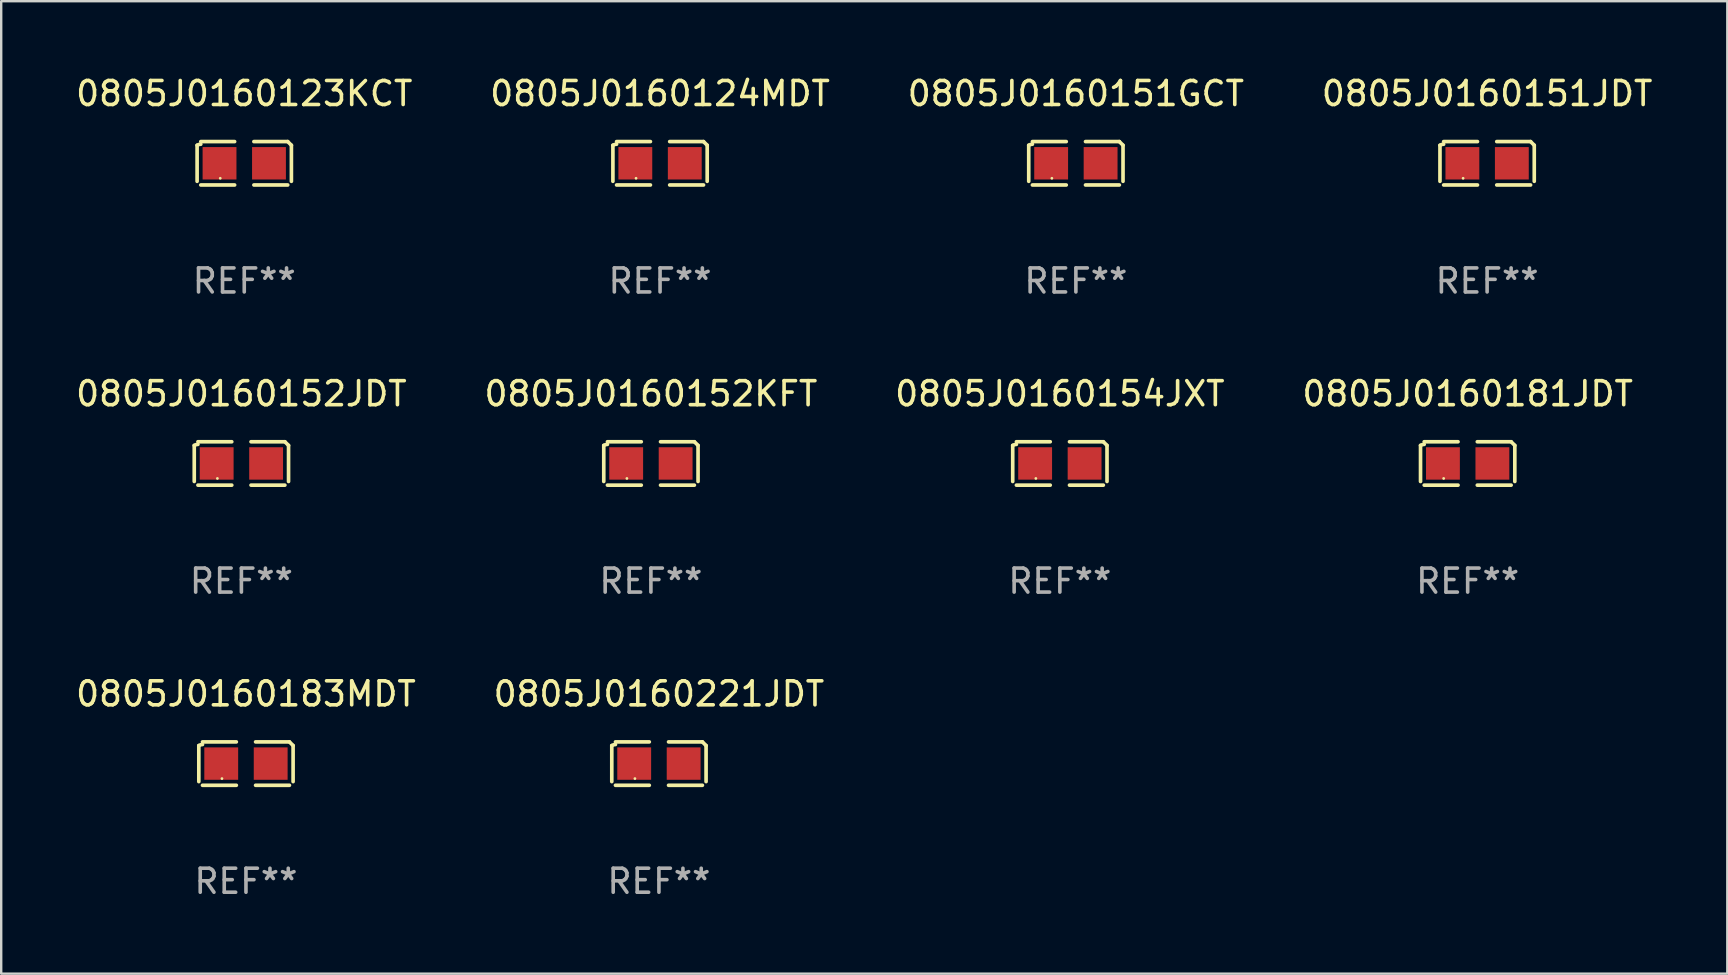
<source format=kicad_pcb>
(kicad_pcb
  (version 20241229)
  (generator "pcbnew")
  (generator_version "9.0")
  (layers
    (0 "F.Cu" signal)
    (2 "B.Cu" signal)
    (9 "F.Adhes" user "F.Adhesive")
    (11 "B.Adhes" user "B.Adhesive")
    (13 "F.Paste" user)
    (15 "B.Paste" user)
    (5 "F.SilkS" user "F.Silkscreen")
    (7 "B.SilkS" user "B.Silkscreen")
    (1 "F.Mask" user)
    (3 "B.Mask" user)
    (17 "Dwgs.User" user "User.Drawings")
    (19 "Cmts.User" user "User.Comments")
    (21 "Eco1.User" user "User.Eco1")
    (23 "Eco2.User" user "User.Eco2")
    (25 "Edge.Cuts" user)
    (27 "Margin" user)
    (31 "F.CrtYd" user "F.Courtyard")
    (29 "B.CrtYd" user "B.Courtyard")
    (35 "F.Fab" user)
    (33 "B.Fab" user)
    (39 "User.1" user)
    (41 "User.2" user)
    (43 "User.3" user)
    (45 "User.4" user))
  (footprint "0805J0160151GCT"
    (layer "F.Cu")
    (at 41.768 3.752)
    (property "Reference" "0805J0160151GCT" (at 0 -2.904 0) (layer "F.SilkS") (effects (font (size 1 1) (thickness 0.15))))
    (attr through_hole)
    (fp_line (start -1.964 0.751) (end -1.964 -0.751) (stroke (width 0.152) (type solid)) (layer "F.SilkS"))
    (fp_line (start -1.811 -0.904) (end -0.401 -0.904) (stroke (width 0.152) (type solid)) (layer "F.SilkS"))
    (fp_line (start -0.401 0.904) (end -1.811 0.904) (stroke (width 0.152) (type solid)) (layer "F.SilkS"))
    (fp_line (start 0.401 0.904) (end 1.811 0.904) (stroke (width 0.152) (type solid)) (layer "F.SilkS"))
    (fp_line (start 1.811 -0.904) (end 0.401 -0.904) (stroke (width 0.152) (type solid)) (layer "F.SilkS"))
    (fp_line (start 1.964 0.751) (end 1.964 -0.751) (stroke (width 0.152) (type solid)) (layer "F.SilkS"))
    (fp_arc (start -1.963602 -0.751207) (mid -1.890354 -0.783131) (end -1.811201 -0.794044) (stroke (width 0.1524) (type solid)) (layer "F.SilkS"))
    (fp_arc (start 1.811202 -0.903607) (mid 1.887413 -0.827418) (end 1.963602 -0.751207) (stroke (width 0.1524) (type solid)) (layer "F.SilkS"))
    (fp_circle (center -1 0.625) (end -0.97 0.625) (stroke (width 0.06) (type solid)) (fill no) (layer "F.SilkS"))
    (fp_text user "REF**" (at 0 4.904 0) (layer "F.Fab") (effects (font (size 1 1) (thickness 0.15))))
    (pad "1" smd rect (at -1.03 0) (size 1.41 1.35) (layers "F.Cu" "F.Mask" "F.Paste"))
    (pad "2" smd rect (at 1.03 0) (size 1.41 1.35) (layers "F.Cu" "F.Mask" "F.Paste")))
  (footprint "0805J0160152KFT"
    (layer "F.Cu")
    (at 24.065 16.256)
    (property "Reference" "0805J0160152KFT" (at 0 -2.904 0) (layer "F.SilkS") (effects (font (size 1 1) (thickness 0.15))))
    (attr through_hole)
    (fp_line (start -1.964 0.751) (end -1.964 -0.751) (stroke (width 0.152) (type solid)) (layer "F.SilkS"))
    (fp_line (start -1.811 -0.904) (end -0.401 -0.904) (stroke (width 0.152) (type solid)) (layer "F.SilkS"))
    (fp_line (start -0.401 0.904) (end -1.811 0.904) (stroke (width 0.152) (type solid)) (layer "F.SilkS"))
    (fp_line (start 0.401 0.904) (end 1.811 0.904) (stroke (width 0.152) (type solid)) (layer "F.SilkS"))
    (fp_line (start 1.811 -0.904) (end 0.401 -0.904) (stroke (width 0.152) (type solid)) (layer "F.SilkS"))
    (fp_line (start 1.964 0.751) (end 1.964 -0.751) (stroke (width 0.152) (type solid)) (layer "F.SilkS"))
    (fp_arc (start -1.963602 -0.751207) (mid -1.890354 -0.783131) (end -1.811201 -0.794044) (stroke (width 0.1524) (type solid)) (layer "F.SilkS"))
    (fp_arc (start 1.811202 -0.903607) (mid 1.887413 -0.827418) (end 1.963602 -0.751207) (stroke (width 0.1524) (type solid)) (layer "F.SilkS"))
    (fp_circle (center -1 0.625) (end -0.97 0.625) (stroke (width 0.06) (type solid)) (fill no) (layer "F.SilkS"))
    (fp_text user "REF**" (at 0 4.904 0) (layer "F.Fab") (effects (font (size 1 1) (thickness 0.15))))
    (pad "1" smd rect (at -1.03 0) (size 1.41 1.35) (layers "F.Cu" "F.Mask" "F.Paste"))
    (pad "2" smd rect (at 1.03 0) (size 1.41 1.35) (layers "F.Cu" "F.Mask" "F.Paste")))
  (footprint "0805J0160221JDT"
    (layer "F.Cu")
    (at 24.399 28.759)
    (property "Reference" "0805J0160221JDT" (at 0 -2.904 0) (layer "F.SilkS") (effects (font (size 1 1) (thickness 0.15))))
    (attr through_hole)
    (fp_line (start -1.964 0.751) (end -1.964 -0.751) (stroke (width 0.152) (type solid)) (layer "F.SilkS"))
    (fp_line (start -1.811 -0.904) (end -0.401 -0.904) (stroke (width 0.152) (type solid)) (layer "F.SilkS"))
    (fp_line (start -0.401 0.904) (end -1.811 0.904) (stroke (width 0.152) (type solid)) (layer "F.SilkS"))
    (fp_line (start 0.401 0.904) (end 1.811 0.904) (stroke (width 0.152) (type solid)) (layer "F.SilkS"))
    (fp_line (start 1.811 -0.904) (end 0.401 -0.904) (stroke (width 0.152) (type solid)) (layer "F.SilkS"))
    (fp_line (start 1.964 0.751) (end 1.964 -0.751) (stroke (width 0.152) (type solid)) (layer "F.SilkS"))
    (fp_arc (start -1.963602 -0.751207) (mid -1.890354 -0.783131) (end -1.811201 -0.794044) (stroke (width 0.1524) (type solid)) (layer "F.SilkS"))
    (fp_arc (start 1.811202 -0.903607) (mid 1.887413 -0.827418) (end 1.963602 -0.751207) (stroke (width 0.1524) (type solid)) (layer "F.SilkS"))
    (fp_circle (center -1 0.625) (end -0.97 0.625) (stroke (width 0.06) (type solid)) (fill no) (layer "F.SilkS"))
    (fp_text user "REF**" (at 0 4.904 0) (layer "F.Fab") (effects (font (size 1 1) (thickness 0.15))))
    (pad "1" smd rect (at -1.03 0) (size 1.41 1.35) (layers "F.Cu" "F.Mask" "F.Paste"))
    (pad "2" smd rect (at 1.03 0) (size 1.41 1.35) (layers "F.Cu" "F.Mask" "F.Paste")))
  (footprint "0805J0160154JXT"
    (layer "F.Cu")
    (at 41.101 16.256)
    (property "Reference" "0805J0160154JXT" (at 0 -2.904 0) (layer "F.SilkS") (effects (font (size 1 1) (thickness 0.15))))
    (attr through_hole)
    (fp_line (start -1.964 0.751) (end -1.964 -0.751) (stroke (width 0.152) (type solid)) (layer "F.SilkS"))
    (fp_line (start -1.811 -0.904) (end -0.401 -0.904) (stroke (width 0.152) (type solid)) (layer "F.SilkS"))
    (fp_line (start -0.401 0.904) (end -1.811 0.904) (stroke (width 0.152) (type solid)) (layer "F.SilkS"))
    (fp_line (start 0.401 0.904) (end 1.811 0.904) (stroke (width 0.152) (type solid)) (layer "F.SilkS"))
    (fp_line (start 1.811 -0.904) (end 0.401 -0.904) (stroke (width 0.152) (type solid)) (layer "F.SilkS"))
    (fp_line (start 1.964 0.751) (end 1.964 -0.751) (stroke (width 0.152) (type solid)) (layer "F.SilkS"))
    (fp_arc (start -1.963602 -0.751207) (mid -1.890354 -0.783131) (end -1.811201 -0.794044) (stroke (width 0.1524) (type solid)) (layer "F.SilkS"))
    (fp_arc (start 1.811202 -0.903607) (mid 1.887413 -0.827418) (end 1.963602 -0.751207) (stroke (width 0.1524) (type solid)) (layer "F.SilkS"))
    (fp_circle (center -1 0.625) (end -0.97 0.625) (stroke (width 0.06) (type solid)) (fill no) (layer "F.SilkS"))
    (fp_text user "REF**" (at 0 4.904 0) (layer "F.Fab") (effects (font (size 1 1) (thickness 0.15))))
    (pad "1" smd rect (at -1.03 0) (size 1.41 1.35) (layers "F.Cu" "F.Mask" "F.Paste"))
    (pad "2" smd rect (at 1.03 0) (size 1.41 1.35) (layers "F.Cu" "F.Mask" "F.Paste")))
  (footprint "0805J0160124MDT"
    (layer "F.Cu")
    (at 24.446 3.752)
    (property "Reference" "0805J0160124MDT" (at 0 -2.904 0) (layer "F.SilkS") (effects (font (size 1 1) (thickness 0.15))))
    (attr through_hole)
    (fp_line (start -1.964 0.751) (end -1.964 -0.751) (stroke (width 0.152) (type solid)) (layer "F.SilkS"))
    (fp_line (start -1.811 -0.904) (end -0.401 -0.904) (stroke (width 0.152) (type solid)) (layer "F.SilkS"))
    (fp_line (start -0.401 0.904) (end -1.811 0.904) (stroke (width 0.152) (type solid)) (layer "F.SilkS"))
    (fp_line (start 0.401 0.904) (end 1.811 0.904) (stroke (width 0.152) (type solid)) (layer "F.SilkS"))
    (fp_line (start 1.811 -0.904) (end 0.401 -0.904) (stroke (width 0.152) (type solid)) (layer "F.SilkS"))
    (fp_line (start 1.964 0.751) (end 1.964 -0.751) (stroke (width 0.152) (type solid)) (layer "F.SilkS"))
    (fp_arc (start -1.963602 -0.751207) (mid -1.890354 -0.783131) (end -1.811201 -0.794044) (stroke (width 0.1524) (type solid)) (layer "F.SilkS"))
    (fp_arc (start 1.811202 -0.903607) (mid 1.887413 -0.827418) (end 1.963602 -0.751207) (stroke (width 0.1524) (type solid)) (layer "F.SilkS"))
    (fp_circle (center -1 0.625) (end -0.97 0.625) (stroke (width 0.06) (type solid)) (fill no) (layer "F.SilkS"))
    (fp_text user "REF**" (at 0 4.904 0) (layer "F.Fab") (effects (font (size 1 1) (thickness 0.15))))
    (pad "1" smd rect (at -1.03 0) (size 1.41 1.35) (layers "F.Cu" "F.Mask" "F.Paste"))
    (pad "2" smd rect (at 1.03 0) (size 1.41 1.35) (layers "F.Cu" "F.Mask" "F.Paste")))
  (footprint "0805J0160151JDT"
    (layer "F.Cu")
    (at 58.899 3.752)
    (property "Reference" "0805J0160151JDT" (at 0 -2.904 0) (layer "F.SilkS") (effects (font (size 1 1) (thickness 0.15))))
    (attr through_hole)
    (fp_line (start -1.964 0.751) (end -1.964 -0.751) (stroke (width 0.152) (type solid)) (layer "F.SilkS"))
    (fp_line (start -1.811 -0.904) (end -0.401 -0.904) (stroke (width 0.152) (type solid)) (layer "F.SilkS"))
    (fp_line (start -0.401 0.904) (end -1.811 0.904) (stroke (width 0.152) (type solid)) (layer "F.SilkS"))
    (fp_line (start 0.401 0.904) (end 1.811 0.904) (stroke (width 0.152) (type solid)) (layer "F.SilkS"))
    (fp_line (start 1.811 -0.904) (end 0.401 -0.904) (stroke (width 0.152) (type solid)) (layer "F.SilkS"))
    (fp_line (start 1.964 0.751) (end 1.964 -0.751) (stroke (width 0.152) (type solid)) (layer "F.SilkS"))
    (fp_arc (start -1.963602 -0.751207) (mid -1.890354 -0.783131) (end -1.811201 -0.794044) (stroke (width 0.1524) (type solid)) (layer "F.SilkS"))
    (fp_arc (start 1.811202 -0.903607) (mid 1.887413 -0.827418) (end 1.963602 -0.751207) (stroke (width 0.1524) (type solid)) (layer "F.SilkS"))
    (fp_circle (center -1 0.625) (end -0.97 0.625) (stroke (width 0.06) (type solid)) (fill no) (layer "F.SilkS"))
    (fp_text user "REF**" (at 0 4.904 0) (layer "F.Fab") (effects (font (size 1 1) (thickness 0.15))))
    (pad "1" smd rect (at -1.03 0) (size 1.41 1.35) (layers "F.Cu" "F.Mask" "F.Paste"))
    (pad "2" smd rect (at 1.03 0) (size 1.41 1.35) (layers "F.Cu" "F.Mask" "F.Paste")))
  (footprint "0805J0160152JDT"
    (layer "F.Cu")
    (at 7.006 16.256)
    (property "Reference" "0805J0160152JDT" (at 0 -2.904 0) (layer "F.SilkS") (effects (font (size 1 1) (thickness 0.15))))
    (attr through_hole)
    (fp_line (start -1.964 0.751) (end -1.964 -0.751) (stroke (width 0.152) (type solid)) (layer "F.SilkS"))
    (fp_line (start -1.811 -0.904) (end -0.401 -0.904) (stroke (width 0.152) (type solid)) (layer "F.SilkS"))
    (fp_line (start -0.401 0.904) (end -1.811 0.904) (stroke (width 0.152) (type solid)) (layer "F.SilkS"))
    (fp_line (start 0.401 0.904) (end 1.811 0.904) (stroke (width 0.152) (type solid)) (layer "F.SilkS"))
    (fp_line (start 1.811 -0.904) (end 0.401 -0.904) (stroke (width 0.152) (type solid)) (layer "F.SilkS"))
    (fp_line (start 1.964 0.751) (end 1.964 -0.751) (stroke (width 0.152) (type solid)) (layer "F.SilkS"))
    (fp_arc (start -1.963602 -0.751207) (mid -1.890354 -0.783131) (end -1.811201 -0.794044) (stroke (width 0.1524) (type solid)) (layer "F.SilkS"))
    (fp_arc (start 1.811202 -0.903607) (mid 1.887413 -0.827418) (end 1.963602 -0.751207) (stroke (width 0.1524) (type solid)) (layer "F.SilkS"))
    (fp_circle (center -1 0.625) (end -0.97 0.625) (stroke (width 0.06) (type solid)) (fill no) (layer "F.SilkS"))
    (fp_text user "REF**" (at 0 4.904 0) (layer "F.Fab") (effects (font (size 1 1) (thickness 0.15))))
    (pad "1" smd rect (at -1.03 0) (size 1.41 1.35) (layers "F.Cu" "F.Mask" "F.Paste"))
    (pad "2" smd rect (at 1.03 0) (size 1.41 1.35) (layers "F.Cu" "F.Mask" "F.Paste")))
  (footprint "0805J0160181JDT"
    (layer "F.Cu")
    (at 58.089 16.256)
    (property "Reference" "0805J0160181JDT" (at 0 -2.904 0) (layer "F.SilkS") (effects (font (size 1 1) (thickness 0.15))))
    (attr through_hole)
    (fp_line (start -1.964 0.751) (end -1.964 -0.751) (stroke (width 0.152) (type solid)) (layer "F.SilkS"))
    (fp_line (start -1.811 -0.904) (end -0.401 -0.904) (stroke (width 0.152) (type solid)) (layer "F.SilkS"))
    (fp_line (start -0.401 0.904) (end -1.811 0.904) (stroke (width 0.152) (type solid)) (layer "F.SilkS"))
    (fp_line (start 0.401 0.904) (end 1.811 0.904) (stroke (width 0.152) (type solid)) (layer "F.SilkS"))
    (fp_line (start 1.811 -0.904) (end 0.401 -0.904) (stroke (width 0.152) (type solid)) (layer "F.SilkS"))
    (fp_line (start 1.964 0.751) (end 1.964 -0.751) (stroke (width 0.152) (type solid)) (layer "F.SilkS"))
    (fp_arc (start -1.963602 -0.751207) (mid -1.890354 -0.783131) (end -1.811201 -0.794044) (stroke (width 0.1524) (type solid)) (layer "F.SilkS"))
    (fp_arc (start 1.811202 -0.903607) (mid 1.887413 -0.827418) (end 1.963602 -0.751207) (stroke (width 0.1524) (type solid)) (layer "F.SilkS"))
    (fp_circle (center -1 0.625) (end -0.97 0.625) (stroke (width 0.06) (type solid)) (fill no) (layer "F.SilkS"))
    (fp_text user "REF**" (at 0 4.904 0) (layer "F.Fab") (effects (font (size 1 1) (thickness 0.15))))
    (pad "1" smd rect (at -1.03 0) (size 1.41 1.35) (layers "F.Cu" "F.Mask" "F.Paste"))
    (pad "2" smd rect (at 1.03 0) (size 1.41 1.35) (layers "F.Cu" "F.Mask" "F.Paste")))
  (footprint "0805J0160183MDT"
    (layer "F.Cu")
    (at 7.196 28.759)
    (property "Reference" "0805J0160183MDT" (at 0 -2.904 0) (layer "F.SilkS") (effects (font (size 1 1) (thickness 0.15))))
    (attr through_hole)
    (fp_line (start -1.964 0.751) (end -1.964 -0.751) (stroke (width 0.152) (type solid)) (layer "F.SilkS"))
    (fp_line (start -1.811 -0.904) (end -0.401 -0.904) (stroke (width 0.152) (type solid)) (layer "F.SilkS"))
    (fp_line (start -0.401 0.904) (end -1.811 0.904) (stroke (width 0.152) (type solid)) (layer "F.SilkS"))
    (fp_line (start 0.401 0.904) (end 1.811 0.904) (stroke (width 0.152) (type solid)) (layer "F.SilkS"))
    (fp_line (start 1.811 -0.904) (end 0.401 -0.904) (stroke (width 0.152) (type solid)) (layer "F.SilkS"))
    (fp_line (start 1.964 0.751) (end 1.964 -0.751) (stroke (width 0.152) (type solid)) (layer "F.SilkS"))
    (fp_arc (start -1.963602 -0.751207) (mid -1.890354 -0.783131) (end -1.811201 -0.794044) (stroke (width 0.1524) (type solid)) (layer "F.SilkS"))
    (fp_arc (start 1.811202 -0.903607) (mid 1.887413 -0.827418) (end 1.963602 -0.751207) (stroke (width 0.1524) (type solid)) (layer "F.SilkS"))
    (fp_circle (center -1 0.625) (end -0.97 0.625) (stroke (width 0.06) (type solid)) (fill no) (layer "F.SilkS"))
    (fp_text user "REF**" (at 0 4.904 0) (layer "F.Fab") (effects (font (size 1 1) (thickness 0.15))))
    (pad "1" smd rect (at -1.03 0) (size 1.41 1.35) (layers "F.Cu" "F.Mask" "F.Paste"))
    (pad "2" smd rect (at 1.03 0) (size 1.41 1.35) (layers "F.Cu" "F.Mask" "F.Paste")))
  (footprint "0805J0160123KCT"
    (layer "F.Cu")
    (at 7.125 3.752)
    (property "Reference" "0805J0160123KCT" (at 0 -2.904 0) (layer "F.SilkS") (effects (font (size 1 1) (thickness 0.15))))
    (attr through_hole)
    (fp_line (start -1.964 0.751) (end -1.964 -0.751) (stroke (width 0.152) (type solid)) (layer "F.SilkS"))
    (fp_line (start -1.811 -0.904) (end -0.401 -0.904) (stroke (width 0.152) (type solid)) (layer "F.SilkS"))
    (fp_line (start -0.401 0.904) (end -1.811 0.904) (stroke (width 0.152) (type solid)) (layer "F.SilkS"))
    (fp_line (start 0.401 0.904) (end 1.811 0.904) (stroke (width 0.152) (type solid)) (layer "F.SilkS"))
    (fp_line (start 1.811 -0.904) (end 0.401 -0.904) (stroke (width 0.152) (type solid)) (layer "F.SilkS"))
    (fp_line (start 1.964 0.751) (end 1.964 -0.751) (stroke (width 0.152) (type solid)) (layer "F.SilkS"))
    (fp_arc (start -1.963602 -0.751207) (mid -1.890354 -0.783131) (end -1.811201 -0.794044) (stroke (width 0.1524) (type solid)) (layer "F.SilkS"))
    (fp_arc (start 1.811202 -0.903607) (mid 1.887413 -0.827418) (end 1.963602 -0.751207) (stroke (width 0.1524) (type solid)) (layer "F.SilkS"))
    (fp_circle (center -1 0.625) (end -0.97 0.625) (stroke (width 0.06) (type solid)) (fill no) (layer "F.SilkS"))
    (fp_text user "REF**" (at 0 4.904 0) (layer "F.Fab") (effects (font (size 1 1) (thickness 0.15))))
    (pad "1" smd rect (at -1.03 0) (size 1.41 1.35) (layers "F.Cu" "F.Mask" "F.Paste"))
    (pad "2" smd rect (at 1.03 0) (size 1.41 1.35) (layers "F.Cu" "F.Mask" "F.Paste")))
  (gr_rect
    (start -3 -3)
    (end 68.905 37.511)
    (stroke (width 0.1) (type default))
    (fill no)
    (layer "Edge.Cuts")))
</source>
